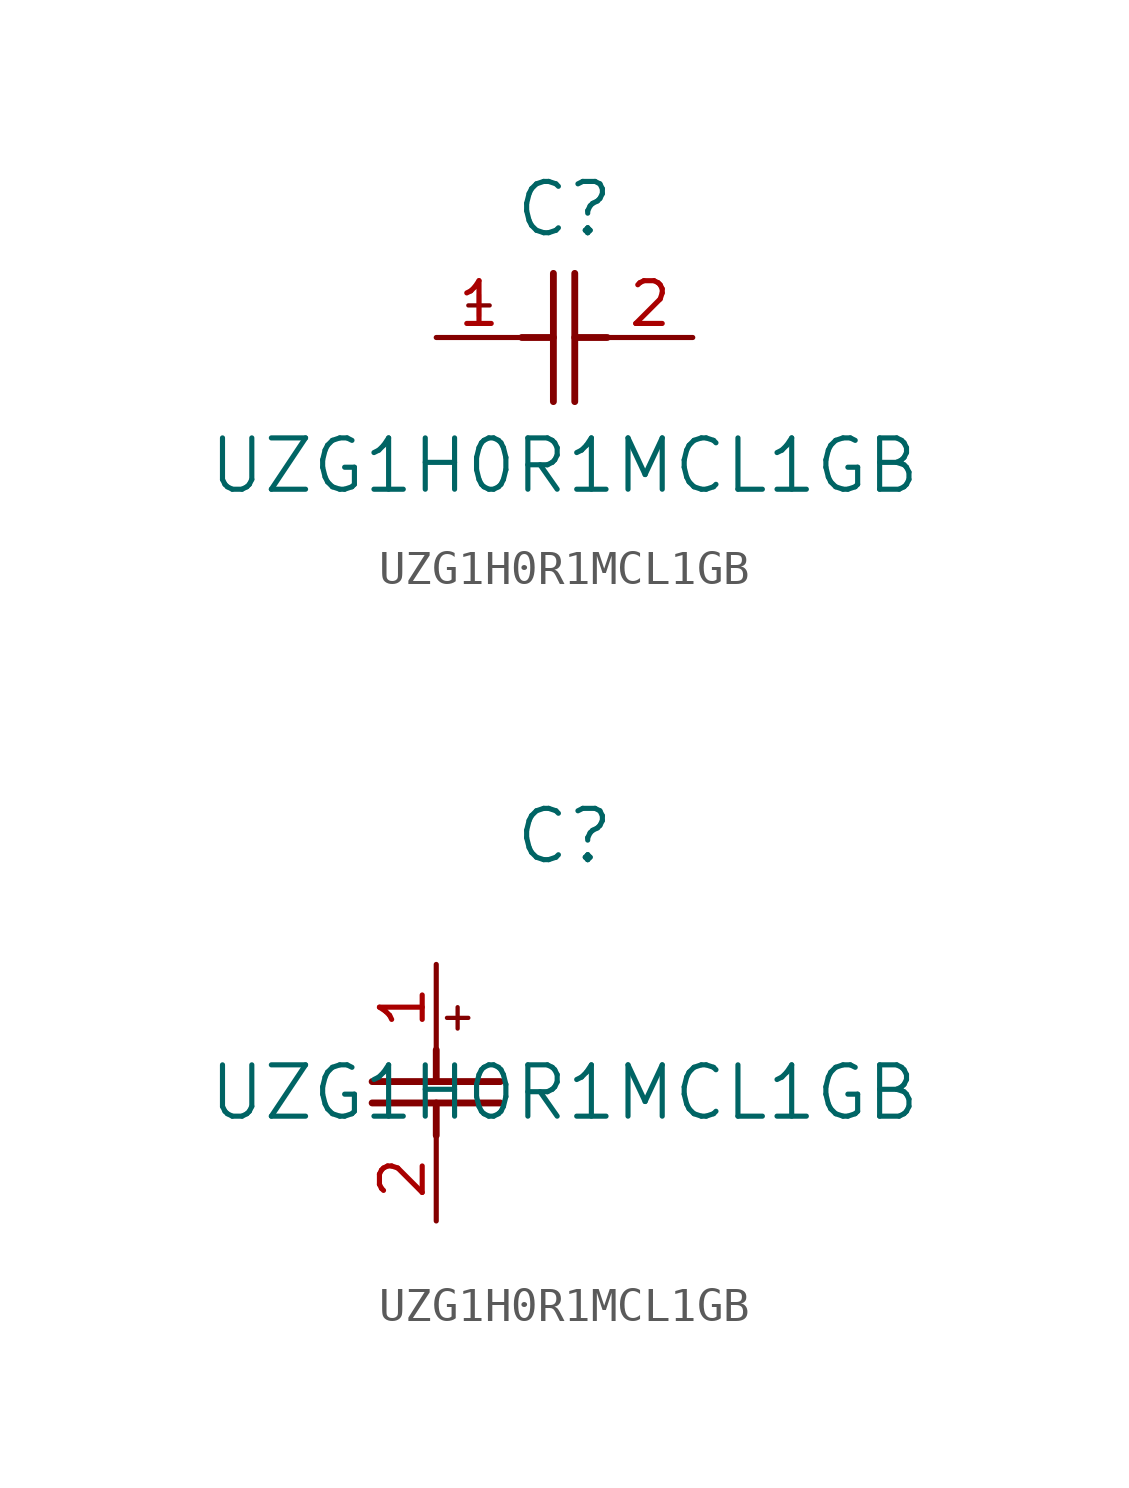
<source format=kicad_sym>
(kicad_symbol_lib
  (version 20211014)
  (generator kicad_symbol_editor)
  (symbol "UZG1H0R1MCL1GB"
    (pin_names
      (offset 0.254))
    (property "Reference" "C"
      (at 3.81 3.81 0)
      (effects (font (size 1.524 1.524))))
    (property "Value" "UZG1H0R1MCL1GB"
      (at 3.81 -3.81 0)
      (effects (font (size 1.524 1.524))))
    (symbol "UZG1H0R1MCL1GB_1_1"
      (polyline (pts (xy 3.48 -1.905) (xy 3.48 1.905)) (stroke (width 0.203) (type default) (color 0 0 0 0)) (fill (type none)))
      (polyline (pts (xy 4.115 -1.905) (xy 4.115 1.905)) (stroke (width 0.203) (type default) (color 0 0 0 0)) (fill (type none)))
      (polyline (pts (xy 4.115 0) (xy 5.08 0)) (stroke (width 0.203) (type default) (color 0 0 0 0)) (fill (type none)))
      (polyline (pts (xy 2.54 0) (xy 3.48 0)) (stroke (width 0.203) (type default) (color 0 0 0 0)) (fill (type none)))
      (polyline (pts (xy 1.27 1.27) (xy 1.27 0.635)) (stroke (width 0.127) (type default) (color 0 0 0 0)) (fill (type none)))
      (polyline (pts (xy 0.953 0.953) (xy 1.587 0.953)) (stroke (width 0.127) (type default) (color 0 0 0 0)) (fill (type none)))
      (pin unspecified line (at 0 0 0) (length 2.54) (name "" (effects (font (size 1.27 1.27)))) (number "1" (effects (font (size 1.27 1.27)))))
      (pin unspecified line (at 7.62 0 180) (length 2.54) (name "" (effects (font (size 1.27 1.27)))) (number "2" (effects (font (size 1.27 1.27))))))
    (symbol "UZG1H0R1MCL1GB_1_2"
      (polyline (pts (xy -1.905 -3.48) (xy 1.905 -3.48)) (stroke (width 0.203) (type default) (color 0 0 0 0)) (fill (type none)))
      (polyline (pts (xy -1.905 -4.115) (xy 1.905 -4.115)) (stroke (width 0.203) (type default) (color 0 0 0 0)) (fill (type none)))
      (polyline (pts (xy 0 -4.115) (xy 0 -5.08)) (stroke (width 0.203) (type default) (color 0 0 0 0)) (fill (type none)))
      (polyline (pts (xy 0 -2.54) (xy 0 -3.48)) (stroke (width 0.203) (type default) (color 0 0 0 0)) (fill (type none)))
      (polyline (pts (xy 0.635 -1.27) (xy 0.635 -1.905)) (stroke (width 0.127) (type default) (color 0 0 0 0)) (fill (type none)))
      (polyline (pts (xy 0.318 -1.587) (xy 0.953 -1.587)) (stroke (width 0.127) (type default) (color 0 0 0 0)) (fill (type none)))
      (pin unspecified line (at 0 0 270) (length 2.54) (name "" (effects (font (size 1.27 1.27)))) (number "1" (effects (font (size 1.27 1.27)))))
      (pin unspecified line (at 0 -7.62 90) (length 2.54) (name "" (effects (font (size 1.27 1.27)))) (number "2" (effects (font (size 1.27 1.27))))))))
</source>
